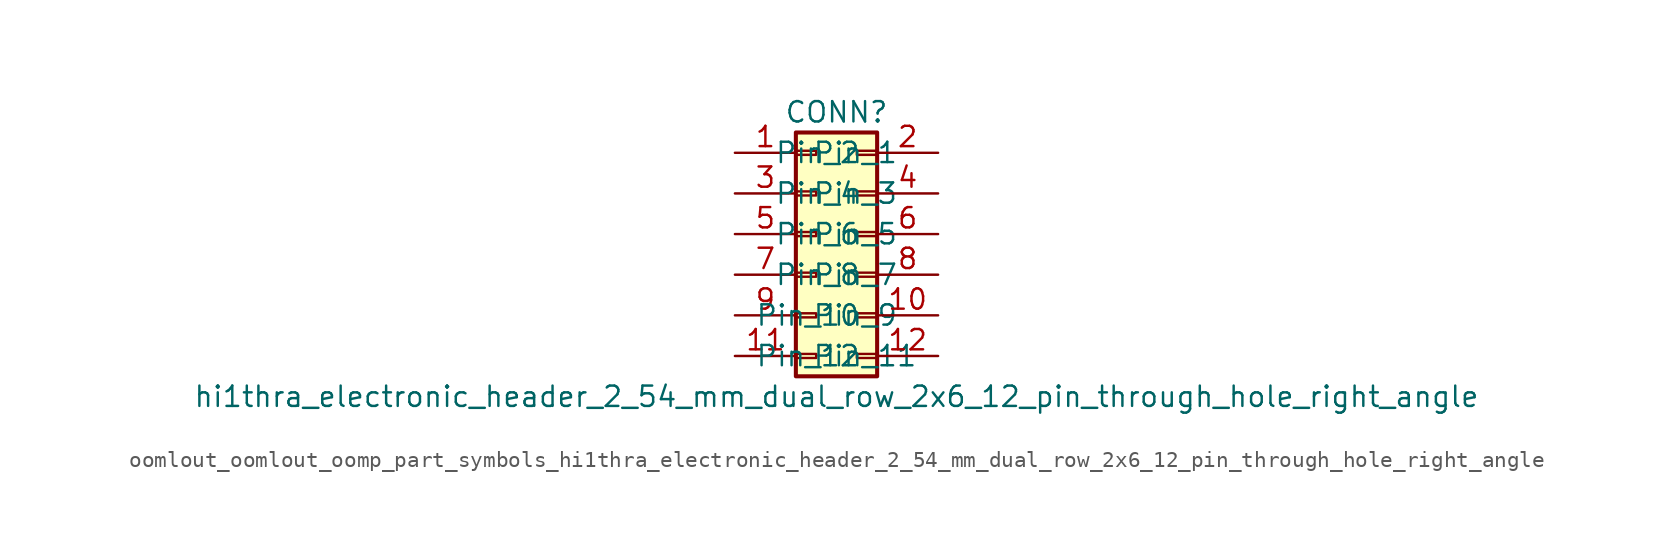
<source format=kicad_sym>
(kicad_symbol_lib
  (version 20220914)
  (generator kicad_symbol_editor)
  (symbol "oomlout_oomlout_oomp_part_symbols_hi1thra_electronic_header_2_54_mm_dual_row_2x6_12_pin_through_hole_right_angle"
    (pin_names
      (offset 1.016))
    (property "Reference" "CONN"
      (at 1.27 7.62 0)
      (effects (font (size 1.27 1.27))))
    (property "Value" "hi1thra_electronic_header_2_54_mm_dual_row_2x6_12_pin_through_hole_right_angle"
      (at 1.27 -10.16 0)
      (effects (font (size 1.27 1.27))))
    (symbol "oomlout_oomlout_oomp_part_symbols_hi1thra_electronic_header_2_54_mm_dual_row_2x6_12_pin_through_hole_right_angle_1_1"
      (rectangle (start -1.27 -7.493) (end 0 -7.747) (stroke (width 0.152) (type default)) (fill (type none)))
      (rectangle (start -1.27 -4.953) (end 0 -5.207) (stroke (width 0.152) (type default)) (fill (type none)))
      (rectangle (start -1.27 -2.413) (end 0 -2.667) (stroke (width 0.152) (type default)) (fill (type none)))
      (rectangle (start -1.27 0.127) (end 0 -0.127) (stroke (width 0.152) (type default)) (fill (type none)))
      (rectangle (start -1.27 2.667) (end 0 2.413) (stroke (width 0.152) (type default)) (fill (type none)))
      (rectangle (start -1.27 5.207) (end 0 4.953) (stroke (width 0.152) (type default)) (fill (type none)))
      (rectangle (start -1.27 6.35) (end 3.81 -8.89) (stroke (width 0.254) (type default)) (fill (type background)))
      (rectangle (start 3.81 -7.493) (end 2.54 -7.747) (stroke (width 0.152) (type default)) (fill (type none)))
      (rectangle (start 3.81 -4.953) (end 2.54 -5.207) (stroke (width 0.152) (type default)) (fill (type none)))
      (rectangle (start 3.81 -2.413) (end 2.54 -2.667) (stroke (width 0.152) (type default)) (fill (type none)))
      (rectangle (start 3.81 0.127) (end 2.54 -0.127) (stroke (width 0.152) (type default)) (fill (type none)))
      (rectangle (start 3.81 2.667) (end 2.54 2.413) (stroke (width 0.152) (type default)) (fill (type none)))
      (rectangle (start 3.81 5.207) (end 2.54 4.953) (stroke (width 0.152) (type default)) (fill (type none)))
      (pin passive line (at -5.08 5.08 0) (length 3.81) (name "Pin_1" (effects (font (size 1.27 1.27)))) (number "1" (effects (font (size 1.27 1.27)))))
      (pin passive line (at 7.62 -5.08 180) (length 3.81) (name "Pin_10" (effects (font (size 1.27 1.27)))) (number "10" (effects (font (size 1.27 1.27)))))
      (pin passive line (at -5.08 -7.62 0) (length 3.81) (name "Pin_11" (effects (font (size 1.27 1.27)))) (number "11" (effects (font (size 1.27 1.27)))))
      (pin passive line (at 7.62 -7.62 180) (length 3.81) (name "Pin_12" (effects (font (size 1.27 1.27)))) (number "12" (effects (font (size 1.27 1.27)))))
      (pin passive line (at 7.62 5.08 180) (length 3.81) (name "Pin_2" (effects (font (size 1.27 1.27)))) (number "2" (effects (font (size 1.27 1.27)))))
      (pin passive line (at -5.08 2.54 0) (length 3.81) (name "Pin_3" (effects (font (size 1.27 1.27)))) (number "3" (effects (font (size 1.27 1.27)))))
      (pin passive line (at 7.62 2.54 180) (length 3.81) (name "Pin_4" (effects (font (size 1.27 1.27)))) (number "4" (effects (font (size 1.27 1.27)))))
      (pin passive line (at -5.08 0 0) (length 3.81) (name "Pin_5" (effects (font (size 1.27 1.27)))) (number "5" (effects (font (size 1.27 1.27)))))
      (pin passive line (at 7.62 0 180) (length 3.81) (name "Pin_6" (effects (font (size 1.27 1.27)))) (number "6" (effects (font (size 1.27 1.27)))))
      (pin passive line (at -5.08 -2.54 0) (length 3.81) (name "Pin_7" (effects (font (size 1.27 1.27)))) (number "7" (effects (font (size 1.27 1.27)))))
      (pin passive line (at 7.62 -2.54 180) (length 3.81) (name "Pin_8" (effects (font (size 1.27 1.27)))) (number "8" (effects (font (size 1.27 1.27)))))
      (pin passive line (at -5.08 -5.08 0) (length 3.81) (name "Pin_9" (effects (font (size 1.27 1.27)))) (number "9" (effects (font (size 1.27 1.27))))))))
</source>
